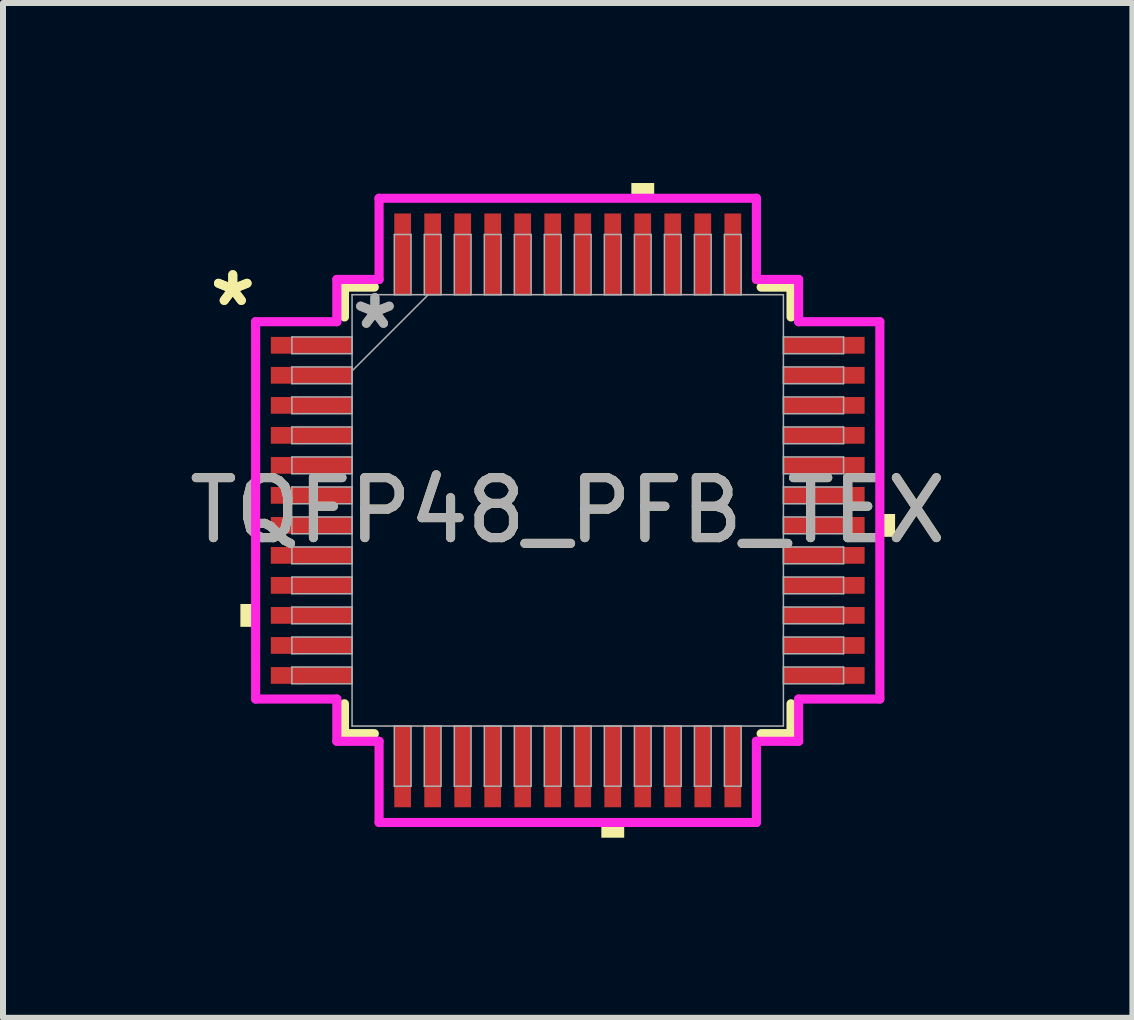
<source format=kicad_pcb>
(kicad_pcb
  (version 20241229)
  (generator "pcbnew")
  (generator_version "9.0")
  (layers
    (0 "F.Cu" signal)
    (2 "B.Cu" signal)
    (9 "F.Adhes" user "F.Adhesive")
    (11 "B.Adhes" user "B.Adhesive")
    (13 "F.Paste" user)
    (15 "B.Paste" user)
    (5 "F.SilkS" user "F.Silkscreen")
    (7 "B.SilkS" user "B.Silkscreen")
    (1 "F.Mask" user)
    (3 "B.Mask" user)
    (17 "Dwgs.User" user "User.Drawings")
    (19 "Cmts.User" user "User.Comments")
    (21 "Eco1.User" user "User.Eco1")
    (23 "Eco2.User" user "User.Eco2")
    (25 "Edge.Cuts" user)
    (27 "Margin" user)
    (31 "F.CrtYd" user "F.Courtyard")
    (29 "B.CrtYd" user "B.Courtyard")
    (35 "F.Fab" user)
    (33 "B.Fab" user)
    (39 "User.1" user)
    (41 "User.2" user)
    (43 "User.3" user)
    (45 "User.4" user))
  (footprint "TQFP48_PFB_TEX"
    (layer "F.Cu")
    (at 6.411 5.455)
    (property "Reference" "TQFP48_PFB_TEX" (at 0 0 0) (unlocked yes) (layer "F.SilkS") (effects (font (size 1 1) (thickness 0.15))))
    (attr smd)
    (fp_line (start -3.721 -3.721) (end -3.721 -3.223) (stroke (width 0.152) (type solid)) (layer "F.SilkS"))
    (fp_line (start -3.721 3.223) (end -3.721 3.721) (stroke (width 0.152) (type solid)) (layer "F.SilkS"))
    (fp_line (start -3.721 3.721) (end -3.223 3.721) (stroke (width 0.152) (type solid)) (layer "F.SilkS"))
    (fp_line (start -3.223 -3.721) (end -3.721 -3.721) (stroke (width 0.152) (type solid)) (layer "F.SilkS"))
    (fp_line (start 3.223 3.721) (end 3.721 3.721) (stroke (width 0.152) (type solid)) (layer "F.SilkS"))
    (fp_line (start 3.721 -3.721) (end 3.223 -3.721) (stroke (width 0.152) (type solid)) (layer "F.SilkS"))
    (fp_line (start 3.721 -3.223) (end 3.721 -3.721) (stroke (width 0.152) (type solid)) (layer "F.SilkS"))
    (fp_line (start 3.721 3.721) (end 3.721 3.223) (stroke (width 0.152) (type solid)) (layer "F.SilkS"))
    (fp_poly (pts (xy -5.455 1.56) (xy -5.455 1.941) (xy -5.201 1.941) (xy -5.201 1.56)) (stroke (width 0) (type solid)) (fill yes) (layer "F.SilkS"))
    (fp_poly (pts (xy 0.56 5.201) (xy 0.56 5.455) (xy 0.941 5.455) (xy 0.941 5.201)) (stroke (width 0) (type solid)) (fill yes) (layer "F.SilkS"))
    (fp_poly (pts (xy 1.06 -5.201) (xy 1.06 -5.455) (xy 1.441 -5.455) (xy 1.441 -5.201)) (stroke (width 0) (type solid)) (fill yes) (layer "F.SilkS"))
    (fp_poly (pts (xy 5.455 0.06) (xy 5.455 0.441) (xy 5.201 0.441) (xy 5.201 0.06)) (stroke (width 0) (type solid)) (fill yes) (layer "F.SilkS"))
    (fp_line (start -5.201 -3.144) (end -3.848 -3.144) (stroke (width 0.152) (type solid)) (layer "F.CrtYd"))
    (fp_line (start -5.201 3.144) (end -5.201 -3.144) (stroke (width 0.152) (type solid)) (layer "F.CrtYd"))
    (fp_line (start -3.848 -3.848) (end -3.144 -3.848) (stroke (width 0.152) (type solid)) (layer "F.CrtYd"))
    (fp_line (start -3.848 -3.144) (end -3.848 -3.848) (stroke (width 0.152) (type solid)) (layer "F.CrtYd"))
    (fp_line (start -3.848 3.144) (end -5.201 3.144) (stroke (width 0.152) (type solid)) (layer "F.CrtYd"))
    (fp_line (start -3.848 3.848) (end -3.848 3.144) (stroke (width 0.152) (type solid)) (layer "F.CrtYd"))
    (fp_line (start -3.848 3.848) (end -3.144 3.848) (stroke (width 0.152) (type solid)) (layer "F.CrtYd"))
    (fp_line (start -3.144 -5.201) (end 3.144 -5.201) (stroke (width 0.152) (type solid)) (layer "F.CrtYd"))
    (fp_line (start -3.144 -3.848) (end -3.144 -5.201) (stroke (width 0.152) (type solid)) (layer "F.CrtYd"))
    (fp_line (start -3.144 3.848) (end -3.144 5.201) (stroke (width 0.152) (type solid)) (layer "F.CrtYd"))
    (fp_line (start -3.144 5.201) (end 3.144 5.201) (stroke (width 0.152) (type solid)) (layer "F.CrtYd"))
    (fp_line (start 3.144 -5.201) (end 3.144 -3.848) (stroke (width 0.152) (type solid)) (layer "F.CrtYd"))
    (fp_line (start 3.144 -3.848) (end 3.848 -3.848) (stroke (width 0.152) (type solid)) (layer "F.CrtYd"))
    (fp_line (start 3.144 3.848) (end 3.848 3.848) (stroke (width 0.152) (type solid)) (layer "F.CrtYd"))
    (fp_line (start 3.144 5.201) (end 3.144 3.848) (stroke (width 0.152) (type solid)) (layer "F.CrtYd"))
    (fp_line (start 3.848 -3.144) (end 3.848 -3.848) (stroke (width 0.152) (type solid)) (layer "F.CrtYd"))
    (fp_line (start 3.848 3.144) (end 5.201 3.144) (stroke (width 0.152) (type solid)) (layer "F.CrtYd"))
    (fp_line (start 3.848 3.848) (end 3.848 3.144) (stroke (width 0.152) (type solid)) (layer "F.CrtYd"))
    (fp_line (start 5.201 -3.144) (end 3.848 -3.144) (stroke (width 0.152) (type solid)) (layer "F.CrtYd"))
    (fp_line (start 5.201 3.144) (end 5.201 -3.144) (stroke (width 0.152) (type solid)) (layer "F.CrtYd"))
    (fp_line (start -4.597 -2.89) (end -4.597 -2.611) (stroke (width 0.025) (type solid)) (layer "F.Fab"))
    (fp_line (start -4.597 -2.611) (end -3.594 -2.611) (stroke (width 0.025) (type solid)) (layer "F.Fab"))
    (fp_line (start -4.597 -2.39) (end -4.597 -2.111) (stroke (width 0.025) (type solid)) (layer "F.Fab"))
    (fp_line (start -4.597 -2.111) (end -3.594 -2.111) (stroke (width 0.025) (type solid)) (layer "F.Fab"))
    (fp_line (start -4.597 -1.89) (end -4.597 -1.611) (stroke (width 0.025) (type solid)) (layer "F.Fab"))
    (fp_line (start -4.597 -1.611) (end -3.594 -1.611) (stroke (width 0.025) (type solid)) (layer "F.Fab"))
    (fp_line (start -4.597 -1.39) (end -4.597 -1.111) (stroke (width 0.025) (type solid)) (layer "F.Fab"))
    (fp_line (start -4.597 -1.111) (end -3.594 -1.111) (stroke (width 0.025) (type solid)) (layer "F.Fab"))
    (fp_line (start -4.597 -0.89) (end -4.597 -0.61) (stroke (width 0.025) (type solid)) (layer "F.Fab"))
    (fp_line (start -4.597 -0.61) (end -3.594 -0.61) (stroke (width 0.025) (type solid)) (layer "F.Fab"))
    (fp_line (start -4.597 -0.39) (end -4.597 -0.11) (stroke (width 0.025) (type solid)) (layer "F.Fab"))
    (fp_line (start -4.597 -0.11) (end -3.594 -0.11) (stroke (width 0.025) (type solid)) (layer "F.Fab"))
    (fp_line (start -4.597 0.11) (end -4.597 0.39) (stroke (width 0.025) (type solid)) (layer "F.Fab"))
    (fp_line (start -4.597 0.39) (end -3.594 0.39) (stroke (width 0.025) (type solid)) (layer "F.Fab"))
    (fp_line (start -4.597 0.61) (end -4.597 0.89) (stroke (width 0.025) (type solid)) (layer "F.Fab"))
    (fp_line (start -4.597 0.89) (end -3.594 0.89) (stroke (width 0.025) (type solid)) (layer "F.Fab"))
    (fp_line (start -4.597 1.111) (end -4.597 1.39) (stroke (width 0.025) (type solid)) (layer "F.Fab"))
    (fp_line (start -4.597 1.39) (end -3.594 1.39) (stroke (width 0.025) (type solid)) (layer "F.Fab"))
    (fp_line (start -4.597 1.611) (end -4.597 1.89) (stroke (width 0.025) (type solid)) (layer "F.Fab"))
    (fp_line (start -4.597 1.89) (end -3.594 1.89) (stroke (width 0.025) (type solid)) (layer "F.Fab"))
    (fp_line (start -4.597 2.111) (end -4.597 2.39) (stroke (width 0.025) (type solid)) (layer "F.Fab"))
    (fp_line (start -4.597 2.39) (end -3.594 2.39) (stroke (width 0.025) (type solid)) (layer "F.Fab"))
    (fp_line (start -4.597 2.611) (end -4.597 2.89) (stroke (width 0.025) (type solid)) (layer "F.Fab"))
    (fp_line (start -4.597 2.89) (end -3.594 2.89) (stroke (width 0.025) (type solid)) (layer "F.Fab"))
    (fp_line (start -3.594 -3.594) (end -3.594 3.594) (stroke (width 0.025) (type solid)) (layer "F.Fab"))
    (fp_line (start -3.594 -2.89) (end -4.597 -2.89) (stroke (width 0.025) (type solid)) (layer "F.Fab"))
    (fp_line (start -3.594 -2.611) (end -3.594 -2.89) (stroke (width 0.025) (type solid)) (layer "F.Fab"))
    (fp_line (start -3.594 -2.39) (end -4.597 -2.39) (stroke (width 0.025) (type solid)) (layer "F.Fab"))
    (fp_line (start -3.594 -2.324) (end -2.324 -3.594) (stroke (width 0.025) (type solid)) (layer "F.Fab"))
    (fp_line (start -3.594 -2.111) (end -3.594 -2.39) (stroke (width 0.025) (type solid)) (layer "F.Fab"))
    (fp_line (start -3.594 -1.89) (end -4.597 -1.89) (stroke (width 0.025) (type solid)) (layer "F.Fab"))
    (fp_line (start -3.594 -1.611) (end -3.594 -1.89) (stroke (width 0.025) (type solid)) (layer "F.Fab"))
    (fp_line (start -3.594 -1.39) (end -4.597 -1.39) (stroke (width 0.025) (type solid)) (layer "F.Fab"))
    (fp_line (start -3.594 -1.111) (end -3.594 -1.39) (stroke (width 0.025) (type solid)) (layer "F.Fab"))
    (fp_line (start -3.594 -0.89) (end -4.597 -0.89) (stroke (width 0.025) (type solid)) (layer "F.Fab"))
    (fp_line (start -3.594 -0.61) (end -3.594 -0.89) (stroke (width 0.025) (type solid)) (layer "F.Fab"))
    (fp_line (start -3.594 -0.39) (end -4.597 -0.39) (stroke (width 0.025) (type solid)) (layer "F.Fab"))
    (fp_line (start -3.594 -0.11) (end -3.594 -0.39) (stroke (width 0.025) (type solid)) (layer "F.Fab"))
    (fp_line (start -3.594 0.11) (end -4.597 0.11) (stroke (width 0.025) (type solid)) (layer "F.Fab"))
    (fp_line (start -3.594 0.39) (end -3.594 0.11) (stroke (width 0.025) (type solid)) (layer "F.Fab"))
    (fp_line (start -3.594 0.61) (end -4.597 0.61) (stroke (width 0.025) (type solid)) (layer "F.Fab"))
    (fp_line (start -3.594 0.89) (end -3.594 0.61) (stroke (width 0.025) (type solid)) (layer "F.Fab"))
    (fp_line (start -3.594 1.111) (end -4.597 1.111) (stroke (width 0.025) (type solid)) (layer "F.Fab"))
    (fp_line (start -3.594 1.39) (end -3.594 1.111) (stroke (width 0.025) (type solid)) (layer "F.Fab"))
    (fp_line (start -3.594 1.611) (end -4.597 1.611) (stroke (width 0.025) (type solid)) (layer "F.Fab"))
    (fp_line (start -3.594 1.89) (end -3.594 1.611) (stroke (width 0.025) (type solid)) (layer "F.Fab"))
    (fp_line (start -3.594 2.111) (end -4.597 2.111) (stroke (width 0.025) (type solid)) (layer "F.Fab"))
    (fp_line (start -3.594 2.39) (end -3.594 2.111) (stroke (width 0.025) (type solid)) (layer "F.Fab"))
    (fp_line (start -3.594 2.611) (end -4.597 2.611) (stroke (width 0.025) (type solid)) (layer "F.Fab"))
    (fp_line (start -3.594 2.89) (end -3.594 2.611) (stroke (width 0.025) (type solid)) (layer "F.Fab"))
    (fp_line (start -3.594 3.594) (end 3.594 3.594) (stroke (width 0.025) (type solid)) (layer "F.Fab"))
    (fp_line (start -2.89 -4.597) (end -2.89 -3.594) (stroke (width 0.025) (type solid)) (layer "F.Fab"))
    (fp_line (start -2.89 -3.594) (end -2.611 -3.594) (stroke (width 0.025) (type solid)) (layer "F.Fab"))
    (fp_line (start -2.89 3.594) (end -2.89 4.597) (stroke (width 0.025) (type solid)) (layer "F.Fab"))
    (fp_line (start -2.89 4.597) (end -2.611 4.597) (stroke (width 0.025) (type solid)) (layer "F.Fab"))
    (fp_line (start -2.611 -4.597) (end -2.89 -4.597) (stroke (width 0.025) (type solid)) (layer "F.Fab"))
    (fp_line (start -2.611 -3.594) (end -2.611 -4.597) (stroke (width 0.025) (type solid)) (layer "F.Fab"))
    (fp_line (start -2.611 3.594) (end -2.89 3.594) (stroke (width 0.025) (type solid)) (layer "F.Fab"))
    (fp_line (start -2.611 4.597) (end -2.611 3.594) (stroke (width 0.025) (type solid)) (layer "F.Fab"))
    (fp_line (start -2.39 -4.597) (end -2.39 -3.594) (stroke (width 0.025) (type solid)) (layer "F.Fab"))
    (fp_line (start -2.39 -3.594) (end -2.111 -3.594) (stroke (width 0.025) (type solid)) (layer "F.Fab"))
    (fp_line (start -2.39 3.594) (end -2.39 4.597) (stroke (width 0.025) (type solid)) (layer "F.Fab"))
    (fp_line (start -2.39 4.597) (end -2.111 4.597) (stroke (width 0.025) (type solid)) (layer "F.Fab"))
    (fp_line (start -2.111 -4.597) (end -2.39 -4.597) (stroke (width 0.025) (type solid)) (layer "F.Fab"))
    (fp_line (start -2.111 -3.594) (end -2.111 -4.597) (stroke (width 0.025) (type solid)) (layer "F.Fab"))
    (fp_line (start -2.111 3.594) (end -2.39 3.594) (stroke (width 0.025) (type solid)) (layer "F.Fab"))
    (fp_line (start -2.111 4.597) (end -2.111 3.594) (stroke (width 0.025) (type solid)) (layer "F.Fab"))
    (fp_line (start -1.89 -4.597) (end -1.89 -3.594) (stroke (width 0.025) (type solid)) (layer "F.Fab"))
    (fp_line (start -1.89 -3.594) (end -1.611 -3.594) (stroke (width 0.025) (type solid)) (layer "F.Fab"))
    (fp_line (start -1.89 3.594) (end -1.89 4.597) (stroke (width 0.025) (type solid)) (layer "F.Fab"))
    (fp_line (start -1.89 4.597) (end -1.611 4.597) (stroke (width 0.025) (type solid)) (layer "F.Fab"))
    (fp_line (start -1.611 -4.597) (end -1.89 -4.597) (stroke (width 0.025) (type solid)) (layer "F.Fab"))
    (fp_line (start -1.611 -3.594) (end -1.611 -4.597) (stroke (width 0.025) (type solid)) (layer "F.Fab"))
    (fp_line (start -1.611 3.594) (end -1.89 3.594) (stroke (width 0.025) (type solid)) (layer "F.Fab"))
    (fp_line (start -1.611 4.597) (end -1.611 3.594) (stroke (width 0.025) (type solid)) (layer "F.Fab"))
    (fp_line (start -1.39 -4.597) (end -1.39 -3.594) (stroke (width 0.025) (type solid)) (layer "F.Fab"))
    (fp_line (start -1.39 -3.594) (end -1.111 -3.594) (stroke (width 0.025) (type solid)) (layer "F.Fab"))
    (fp_line (start -1.39 3.594) (end -1.39 4.597) (stroke (width 0.025) (type solid)) (layer "F.Fab"))
    (fp_line (start -1.39 4.597) (end -1.111 4.597) (stroke (width 0.025) (type solid)) (layer "F.Fab"))
    (fp_line (start -1.111 -4.597) (end -1.39 -4.597) (stroke (width 0.025) (type solid)) (layer "F.Fab"))
    (fp_line (start -1.111 -3.594) (end -1.111 -4.597) (stroke (width 0.025) (type solid)) (layer "F.Fab"))
    (fp_line (start -1.111 3.594) (end -1.39 3.594) (stroke (width 0.025) (type solid)) (layer "F.Fab"))
    (fp_line (start -1.111 4.597) (end -1.111 3.594) (stroke (width 0.025) (type solid)) (layer "F.Fab"))
    (fp_line (start -0.89 -4.597) (end -0.89 -3.594) (stroke (width 0.025) (type solid)) (layer "F.Fab"))
    (fp_line (start -0.89 -3.594) (end -0.61 -3.594) (stroke (width 0.025) (type solid)) (layer "F.Fab"))
    (fp_line (start -0.89 3.594) (end -0.89 4.597) (stroke (width 0.025) (type solid)) (layer "F.Fab"))
    (fp_line (start -0.89 4.597) (end -0.61 4.597) (stroke (width 0.025) (type solid)) (layer "F.Fab"))
    (fp_line (start -0.61 -4.597) (end -0.89 -4.597) (stroke (width 0.025) (type solid)) (layer "F.Fab"))
    (fp_line (start -0.61 -3.594) (end -0.61 -4.597) (stroke (width 0.025) (type solid)) (layer "F.Fab"))
    (fp_line (start -0.61 3.594) (end -0.89 3.594) (stroke (width 0.025) (type solid)) (layer "F.Fab"))
    (fp_line (start -0.61 4.597) (end -0.61 3.594) (stroke (width 0.025) (type solid)) (layer "F.Fab"))
    (fp_line (start -0.39 -4.597) (end -0.39 -3.594) (stroke (width 0.025) (type solid)) (layer "F.Fab"))
    (fp_line (start -0.39 -3.594) (end -0.11 -3.594) (stroke (width 0.025) (type solid)) (layer "F.Fab"))
    (fp_line (start -0.39 3.594) (end -0.39 4.597) (stroke (width 0.025) (type solid)) (layer "F.Fab"))
    (fp_line (start -0.39 4.597) (end -0.11 4.597) (stroke (width 0.025) (type solid)) (layer "F.Fab"))
    (fp_line (start -0.11 -4.597) (end -0.39 -4.597) (stroke (width 0.025) (type solid)) (layer "F.Fab"))
    (fp_line (start -0.11 -3.594) (end -0.11 -4.597) (stroke (width 0.025) (type solid)) (layer "F.Fab"))
    (fp_line (start -0.11 3.594) (end -0.39 3.594) (stroke (width 0.025) (type solid)) (layer "F.Fab"))
    (fp_line (start -0.11 4.597) (end -0.11 3.594) (stroke (width 0.025) (type solid)) (layer "F.Fab"))
    (fp_line (start 0.11 -4.597) (end 0.11 -3.594) (stroke (width 0.025) (type solid)) (layer "F.Fab"))
    (fp_line (start 0.11 -3.594) (end 0.39 -3.594) (stroke (width 0.025) (type solid)) (layer "F.Fab"))
    (fp_line (start 0.11 3.594) (end 0.11 4.597) (stroke (width 0.025) (type solid)) (layer "F.Fab"))
    (fp_line (start 0.11 4.597) (end 0.39 4.597) (stroke (width 0.025) (type solid)) (layer "F.Fab"))
    (fp_line (start 0.39 -4.597) (end 0.11 -4.597) (stroke (width 0.025) (type solid)) (layer "F.Fab"))
    (fp_line (start 0.39 -3.594) (end 0.39 -4.597) (stroke (width 0.025) (type solid)) (layer "F.Fab"))
    (fp_line (start 0.39 3.594) (end 0.11 3.594) (stroke (width 0.025) (type solid)) (layer "F.Fab"))
    (fp_line (start 0.39 4.597) (end 0.39 3.594) (stroke (width 0.025) (type solid)) (layer "F.Fab"))
    (fp_line (start 0.61 -4.597) (end 0.61 -3.594) (stroke (width 0.025) (type solid)) (layer "F.Fab"))
    (fp_line (start 0.61 -3.594) (end 0.89 -3.594) (stroke (width 0.025) (type solid)) (layer "F.Fab"))
    (fp_line (start 0.61 3.594) (end 0.61 4.597) (stroke (width 0.025) (type solid)) (layer "F.Fab"))
    (fp_line (start 0.61 4.597) (end 0.89 4.597) (stroke (width 0.025) (type solid)) (layer "F.Fab"))
    (fp_line (start 0.89 -4.597) (end 0.61 -4.597) (stroke (width 0.025) (type solid)) (layer "F.Fab"))
    (fp_line (start 0.89 -3.594) (end 0.89 -4.597) (stroke (width 0.025) (type solid)) (layer "F.Fab"))
    (fp_line (start 0.89 3.594) (end 0.61 3.594) (stroke (width 0.025) (type solid)) (layer "F.Fab"))
    (fp_line (start 0.89 4.597) (end 0.89 3.594) (stroke (width 0.025) (type solid)) (layer "F.Fab"))
    (fp_line (start 1.111 -4.597) (end 1.111 -3.594) (stroke (width 0.025) (type solid)) (layer "F.Fab"))
    (fp_line (start 1.111 -3.594) (end 1.39 -3.594) (stroke (width 0.025) (type solid)) (layer "F.Fab"))
    (fp_line (start 1.111 3.594) (end 1.111 4.597) (stroke (width 0.025) (type solid)) (layer "F.Fab"))
    (fp_line (start 1.111 4.597) (end 1.39 4.597) (stroke (width 0.025) (type solid)) (layer "F.Fab"))
    (fp_line (start 1.39 -4.597) (end 1.111 -4.597) (stroke (width 0.025) (type solid)) (layer "F.Fab"))
    (fp_line (start 1.39 -3.594) (end 1.39 -4.597) (stroke (width 0.025) (type solid)) (layer "F.Fab"))
    (fp_line (start 1.39 3.594) (end 1.111 3.594) (stroke (width 0.025) (type solid)) (layer "F.Fab"))
    (fp_line (start 1.39 4.597) (end 1.39 3.594) (stroke (width 0.025) (type solid)) (layer "F.Fab"))
    (fp_line (start 1.611 -4.597) (end 1.611 -3.594) (stroke (width 0.025) (type solid)) (layer "F.Fab"))
    (fp_line (start 1.611 -3.594) (end 1.89 -3.594) (stroke (width 0.025) (type solid)) (layer "F.Fab"))
    (fp_line (start 1.611 3.594) (end 1.611 4.597) (stroke (width 0.025) (type solid)) (layer "F.Fab"))
    (fp_line (start 1.611 4.597) (end 1.89 4.597) (stroke (width 0.025) (type solid)) (layer "F.Fab"))
    (fp_line (start 1.89 -4.597) (end 1.611 -4.597) (stroke (width 0.025) (type solid)) (layer "F.Fab"))
    (fp_line (start 1.89 -3.594) (end 1.89 -4.597) (stroke (width 0.025) (type solid)) (layer "F.Fab"))
    (fp_line (start 1.89 3.594) (end 1.611 3.594) (stroke (width 0.025) (type solid)) (layer "F.Fab"))
    (fp_line (start 1.89 4.597) (end 1.89 3.594) (stroke (width 0.025) (type solid)) (layer "F.Fab"))
    (fp_line (start 2.111 -4.597) (end 2.111 -3.594) (stroke (width 0.025) (type solid)) (layer "F.Fab"))
    (fp_line (start 2.111 -3.594) (end 2.39 -3.594) (stroke (width 0.025) (type solid)) (layer "F.Fab"))
    (fp_line (start 2.111 3.594) (end 2.111 4.597) (stroke (width 0.025) (type solid)) (layer "F.Fab"))
    (fp_line (start 2.111 4.597) (end 2.39 4.597) (stroke (width 0.025) (type solid)) (layer "F.Fab"))
    (fp_line (start 2.39 -4.597) (end 2.111 -4.597) (stroke (width 0.025) (type solid)) (layer "F.Fab"))
    (fp_line (start 2.39 -3.594) (end 2.39 -4.597) (stroke (width 0.025) (type solid)) (layer "F.Fab"))
    (fp_line (start 2.39 3.594) (end 2.111 3.594) (stroke (width 0.025) (type solid)) (layer "F.Fab"))
    (fp_line (start 2.39 4.597) (end 2.39 3.594) (stroke (width 0.025) (type solid)) (layer "F.Fab"))
    (fp_line (start 2.611 -4.597) (end 2.611 -3.594) (stroke (width 0.025) (type solid)) (layer "F.Fab"))
    (fp_line (start 2.611 -3.594) (end 2.89 -3.594) (stroke (width 0.025) (type solid)) (layer "F.Fab"))
    (fp_line (start 2.611 3.594) (end 2.611 4.597) (stroke (width 0.025) (type solid)) (layer "F.Fab"))
    (fp_line (start 2.611 4.597) (end 2.89 4.597) (stroke (width 0.025) (type solid)) (layer "F.Fab"))
    (fp_line (start 2.89 -4.597) (end 2.611 -4.597) (stroke (width 0.025) (type solid)) (layer "F.Fab"))
    (fp_line (start 2.89 -3.594) (end 2.89 -4.597) (stroke (width 0.025) (type solid)) (layer "F.Fab"))
    (fp_line (start 2.89 3.594) (end 2.611 3.594) (stroke (width 0.025) (type solid)) (layer "F.Fab"))
    (fp_line (start 2.89 4.597) (end 2.89 3.594) (stroke (width 0.025) (type solid)) (layer "F.Fab"))
    (fp_line (start 3.594 -3.594) (end -3.594 -3.594) (stroke (width 0.025) (type solid)) (layer "F.Fab"))
    (fp_line (start 3.594 -2.89) (end 3.594 -2.611) (stroke (width 0.025) (type solid)) (layer "F.Fab"))
    (fp_line (start 3.594 -2.611) (end 4.597 -2.611) (stroke (width 0.025) (type solid)) (layer "F.Fab"))
    (fp_line (start 3.594 -2.39) (end 3.594 -2.111) (stroke (width 0.025) (type solid)) (layer "F.Fab"))
    (fp_line (start 3.594 -2.111) (end 4.597 -2.111) (stroke (width 0.025) (type solid)) (layer "F.Fab"))
    (fp_line (start 3.594 -1.89) (end 3.594 -1.611) (stroke (width 0.025) (type solid)) (layer "F.Fab"))
    (fp_line (start 3.594 -1.611) (end 4.597 -1.611) (stroke (width 0.025) (type solid)) (layer "F.Fab"))
    (fp_line (start 3.594 -1.39) (end 3.594 -1.111) (stroke (width 0.025) (type solid)) (layer "F.Fab"))
    (fp_line (start 3.594 -1.111) (end 4.597 -1.111) (stroke (width 0.025) (type solid)) (layer "F.Fab"))
    (fp_line (start 3.594 -0.89) (end 3.594 -0.61) (stroke (width 0.025) (type solid)) (layer "F.Fab"))
    (fp_line (start 3.594 -0.61) (end 4.597 -0.61) (stroke (width 0.025) (type solid)) (layer "F.Fab"))
    (fp_line (start 3.594 -0.39) (end 3.594 -0.11) (stroke (width 0.025) (type solid)) (layer "F.Fab"))
    (fp_line (start 3.594 -0.11) (end 4.597 -0.11) (stroke (width 0.025) (type solid)) (layer "F.Fab"))
    (fp_line (start 3.594 0.11) (end 3.594 0.39) (stroke (width 0.025) (type solid)) (layer "F.Fab"))
    (fp_line (start 3.594 0.39) (end 4.597 0.39) (stroke (width 0.025) (type solid)) (layer "F.Fab"))
    (fp_line (start 3.594 0.61) (end 3.594 0.89) (stroke (width 0.025) (type solid)) (layer "F.Fab"))
    (fp_line (start 3.594 0.89) (end 4.597 0.89) (stroke (width 0.025) (type solid)) (layer "F.Fab"))
    (fp_line (start 3.594 1.111) (end 3.594 1.39) (stroke (width 0.025) (type solid)) (layer "F.Fab"))
    (fp_line (start 3.594 1.39) (end 4.597 1.39) (stroke (width 0.025) (type solid)) (layer "F.Fab"))
    (fp_line (start 3.594 1.611) (end 3.594 1.89) (stroke (width 0.025) (type solid)) (layer "F.Fab"))
    (fp_line (start 3.594 1.89) (end 4.597 1.89) (stroke (width 0.025) (type solid)) (layer "F.Fab"))
    (fp_line (start 3.594 2.111) (end 3.594 2.39) (stroke (width 0.025) (type solid)) (layer "F.Fab"))
    (fp_line (start 3.594 2.39) (end 4.597 2.39) (stroke (width 0.025) (type solid)) (layer "F.Fab"))
    (fp_line (start 3.594 2.611) (end 3.594 2.89) (stroke (width 0.025) (type solid)) (layer "F.Fab"))
    (fp_line (start 3.594 2.89) (end 4.597 2.89) (stroke (width 0.025) (type solid)) (layer "F.Fab"))
    (fp_line (start 3.594 3.594) (end 3.594 -3.594) (stroke (width 0.025) (type solid)) (layer "F.Fab"))
    (fp_line (start 4.597 -2.89) (end 3.594 -2.89) (stroke (width 0.025) (type solid)) (layer "F.Fab"))
    (fp_line (start 4.597 -2.611) (end 4.597 -2.89) (stroke (width 0.025) (type solid)) (layer "F.Fab"))
    (fp_line (start 4.597 -2.39) (end 3.594 -2.39) (stroke (width 0.025) (type solid)) (layer "F.Fab"))
    (fp_line (start 4.597 -2.111) (end 4.597 -2.39) (stroke (width 0.025) (type solid)) (layer "F.Fab"))
    (fp_line (start 4.597 -1.89) (end 3.594 -1.89) (stroke (width 0.025) (type solid)) (layer "F.Fab"))
    (fp_line (start 4.597 -1.611) (end 4.597 -1.89) (stroke (width 0.025) (type solid)) (layer "F.Fab"))
    (fp_line (start 4.597 -1.39) (end 3.594 -1.39) (stroke (width 0.025) (type solid)) (layer "F.Fab"))
    (fp_line (start 4.597 -1.111) (end 4.597 -1.39) (stroke (width 0.025) (type solid)) (layer "F.Fab"))
    (fp_line (start 4.597 -0.89) (end 3.594 -0.89) (stroke (width 0.025) (type solid)) (layer "F.Fab"))
    (fp_line (start 4.597 -0.61) (end 4.597 -0.89) (stroke (width 0.025) (type solid)) (layer "F.Fab"))
    (fp_line (start 4.597 -0.39) (end 3.594 -0.39) (stroke (width 0.025) (type solid)) (layer "F.Fab"))
    (fp_line (start 4.597 -0.11) (end 4.597 -0.39) (stroke (width 0.025) (type solid)) (layer "F.Fab"))
    (fp_line (start 4.597 0.11) (end 3.594 0.11) (stroke (width 0.025) (type solid)) (layer "F.Fab"))
    (fp_line (start 4.597 0.39) (end 4.597 0.11) (stroke (width 0.025) (type solid)) (layer "F.Fab"))
    (fp_line (start 4.597 0.61) (end 3.594 0.61) (stroke (width 0.025) (type solid)) (layer "F.Fab"))
    (fp_line (start 4.597 0.89) (end 4.597 0.61) (stroke (width 0.025) (type solid)) (layer "F.Fab"))
    (fp_line (start 4.597 1.111) (end 3.594 1.111) (stroke (width 0.025) (type solid)) (layer "F.Fab"))
    (fp_line (start 4.597 1.39) (end 4.597 1.111) (stroke (width 0.025) (type solid)) (layer "F.Fab"))
    (fp_line (start 4.597 1.611) (end 3.594 1.611) (stroke (width 0.025) (type solid)) (layer "F.Fab"))
    (fp_line (start 4.597 1.89) (end 4.597 1.611) (stroke (width 0.025) (type solid)) (layer "F.Fab"))
    (fp_line (start 4.597 2.111) (end 3.594 2.111) (stroke (width 0.025) (type solid)) (layer "F.Fab"))
    (fp_line (start 4.597 2.39) (end 4.597 2.111) (stroke (width 0.025) (type solid)) (layer "F.Fab"))
    (fp_line (start 4.597 2.611) (end 3.594 2.611) (stroke (width 0.025) (type solid)) (layer "F.Fab"))
    (fp_line (start 4.597 2.89) (end 4.597 2.611) (stroke (width 0.025) (type solid)) (layer "F.Fab"))
    (fp_text user "*" (at -5.582 -3.382 0) (layer "F.SilkS") (effects (font (size 1 1) (thickness 0.15))))
    (fp_text user "*" (at -5.582 -3.382 0) (unlocked yes) (layer "F.SilkS") (effects (font (size 1 1) (thickness 0.15))))
    (fp_text user "${REFERENCE}" (at 0 0 0) (unlocked yes) (layer "F.Fab") (effects (font (size 1 1) (thickness 0.15))))
    (fp_text user "*" (at -3.213 -3.001 0) (unlocked yes) (layer "F.Fab") (effects (font (size 1 1) (thickness 0.15))))
    (fp_text user "*" (at -3.213 -3.001 0) (layer "F.Fab") (effects (font (size 1 1) (thickness 0.15))))
    (pad "1" smd rect (at -4.271 -2.751 90) (size 0.279 1.353) (layers "F.Cu" "F.Mask" "F.Paste"))
    (pad "2" smd rect (at -4.271 -2.251 90) (size 0.279 1.353) (layers "F.Cu" "F.Mask" "F.Paste"))
    (pad "3" smd rect (at -4.271 -1.75 90) (size 0.279 1.353) (layers "F.Cu" "F.Mask" "F.Paste"))
    (pad "4" smd rect (at -4.271 -1.25 90) (size 0.279 1.353) (layers "F.Cu" "F.Mask" "F.Paste"))
    (pad "5" smd rect (at -4.271 -0.75 90) (size 0.279 1.353) (layers "F.Cu" "F.Mask" "F.Paste"))
    (pad "6" smd rect (at -4.271 -0.25 90) (size 0.279 1.353) (layers "F.Cu" "F.Mask" "F.Paste"))
    (pad "7" smd rect (at -4.271 0.25 90) (size 0.279 1.353) (layers "F.Cu" "F.Mask" "F.Paste"))
    (pad "8" smd rect (at -4.271 0.75 90) (size 0.279 1.353) (layers "F.Cu" "F.Mask" "F.Paste"))
    (pad "9" smd rect (at -4.271 1.25 90) (size 0.279 1.353) (layers "F.Cu" "F.Mask" "F.Paste"))
    (pad "10" smd rect (at -4.271 1.75 90) (size 0.279 1.353) (layers "F.Cu" "F.Mask" "F.Paste"))
    (pad "11" smd rect (at -4.271 2.251 90) (size 0.279 1.353) (layers "F.Cu" "F.Mask" "F.Paste"))
    (pad "12" smd rect (at -4.271 2.751 90) (size 0.279 1.353) (layers "F.Cu" "F.Mask" "F.Paste"))
    (pad "13" smd rect (at -2.751 4.271) (size 0.279 1.353) (layers "F.Cu" "F.Mask" "F.Paste"))
    (pad "14" smd rect (at -2.251 4.271) (size 0.279 1.353) (layers "F.Cu" "F.Mask" "F.Paste"))
    (pad "15" smd rect (at -1.75 4.271) (size 0.279 1.353) (layers "F.Cu" "F.Mask" "F.Paste"))
    (pad "16" smd rect (at -1.25 4.271) (size 0.279 1.353) (layers "F.Cu" "F.Mask" "F.Paste"))
    (pad "17" smd rect (at -0.75 4.271) (size 0.279 1.353) (layers "F.Cu" "F.Mask" "F.Paste"))
    (pad "18" smd rect (at -0.25 4.271) (size 0.279 1.353) (layers "F.Cu" "F.Mask" "F.Paste"))
    (pad "19" smd rect (at 0.25 4.271) (size 0.279 1.353) (layers "F.Cu" "F.Mask" "F.Paste"))
    (pad "20" smd rect (at 0.75 4.271) (size 0.279 1.353) (layers "F.Cu" "F.Mask" "F.Paste"))
    (pad "21" smd rect (at 1.25 4.271) (size 0.279 1.353) (layers "F.Cu" "F.Mask" "F.Paste"))
    (pad "22" smd rect (at 1.75 4.271) (size 0.279 1.353) (layers "F.Cu" "F.Mask" "F.Paste"))
    (pad "23" smd rect (at 2.251 4.271) (size 0.279 1.353) (layers "F.Cu" "F.Mask" "F.Paste"))
    (pad "24" smd rect (at 2.751 4.271) (size 0.279 1.353) (layers "F.Cu" "F.Mask" "F.Paste"))
    (pad "25" smd rect (at 4.271 2.751 90) (size 0.279 1.353) (layers "F.Cu" "F.Mask" "F.Paste"))
    (pad "26" smd rect (at 4.271 2.251 90) (size 0.279 1.353) (layers "F.Cu" "F.Mask" "F.Paste"))
    (pad "27" smd rect (at 4.271 1.75 90) (size 0.279 1.353) (layers "F.Cu" "F.Mask" "F.Paste"))
    (pad "28" smd rect (at 4.271 1.25 90) (size 0.279 1.353) (layers "F.Cu" "F.Mask" "F.Paste"))
    (pad "29" smd rect (at 4.271 0.75 90) (size 0.279 1.353) (layers "F.Cu" "F.Mask" "F.Paste"))
    (pad "30" smd rect (at 4.271 0.25 90) (size 0.279 1.353) (layers "F.Cu" "F.Mask" "F.Paste"))
    (pad "31" smd rect (at 4.271 -0.25 90) (size 0.279 1.353) (layers "F.Cu" "F.Mask" "F.Paste"))
    (pad "32" smd rect (at 4.271 -0.75 90) (size 0.279 1.353) (layers "F.Cu" "F.Mask" "F.Paste"))
    (pad "33" smd rect (at 4.271 -1.25 90) (size 0.279 1.353) (layers "F.Cu" "F.Mask" "F.Paste"))
    (pad "34" smd rect (at 4.271 -1.75 90) (size 0.279 1.353) (layers "F.Cu" "F.Mask" "F.Paste"))
    (pad "35" smd rect (at 4.271 -2.251 90) (size 0.279 1.353) (layers "F.Cu" "F.Mask" "F.Paste"))
    (pad "36" smd rect (at 4.271 -2.751 90) (size 0.279 1.353) (layers "F.Cu" "F.Mask" "F.Paste"))
    (pad "37" smd rect (at 2.751 -4.271) (size 0.279 1.353) (layers "F.Cu" "F.Mask" "F.Paste"))
    (pad "38" smd rect (at 2.251 -4.271) (size 0.279 1.353) (layers "F.Cu" "F.Mask" "F.Paste"))
    (pad "39" smd rect (at 1.75 -4.271) (size 0.279 1.353) (layers "F.Cu" "F.Mask" "F.Paste"))
    (pad "40" smd rect (at 1.25 -4.271) (size 0.279 1.353) (layers "F.Cu" "F.Mask" "F.Paste"))
    (pad "41" smd rect (at 0.75 -4.271) (size 0.279 1.353) (layers "F.Cu" "F.Mask" "F.Paste"))
    (pad "42" smd rect (at 0.25 -4.271) (size 0.279 1.353) (layers "F.Cu" "F.Mask" "F.Paste"))
    (pad "43" smd rect (at -0.25 -4.271) (size 0.279 1.353) (layers "F.Cu" "F.Mask" "F.Paste"))
    (pad "44" smd rect (at -0.75 -4.271) (size 0.279 1.353) (layers "F.Cu" "F.Mask" "F.Paste"))
    (pad "45" smd rect (at -1.25 -4.271) (size 0.279 1.353) (layers "F.Cu" "F.Mask" "F.Paste"))
    (pad "46" smd rect (at -1.75 -4.271) (size 0.279 1.353) (layers "F.Cu" "F.Mask" "F.Paste"))
    (pad "47" smd rect (at -2.251 -4.271) (size 0.279 1.353) (layers "F.Cu" "F.Mask" "F.Paste"))
    (pad "48" smd rect (at -2.751 -4.271) (size 0.279 1.353) (layers "F.Cu" "F.Mask" "F.Paste")))
  (gr_rect
    (start -3 -3)
    (end 15.821 13.911)
    (stroke (width 0.1) (type default))
    (fill no)
    (layer "Edge.Cuts")))
</source>
